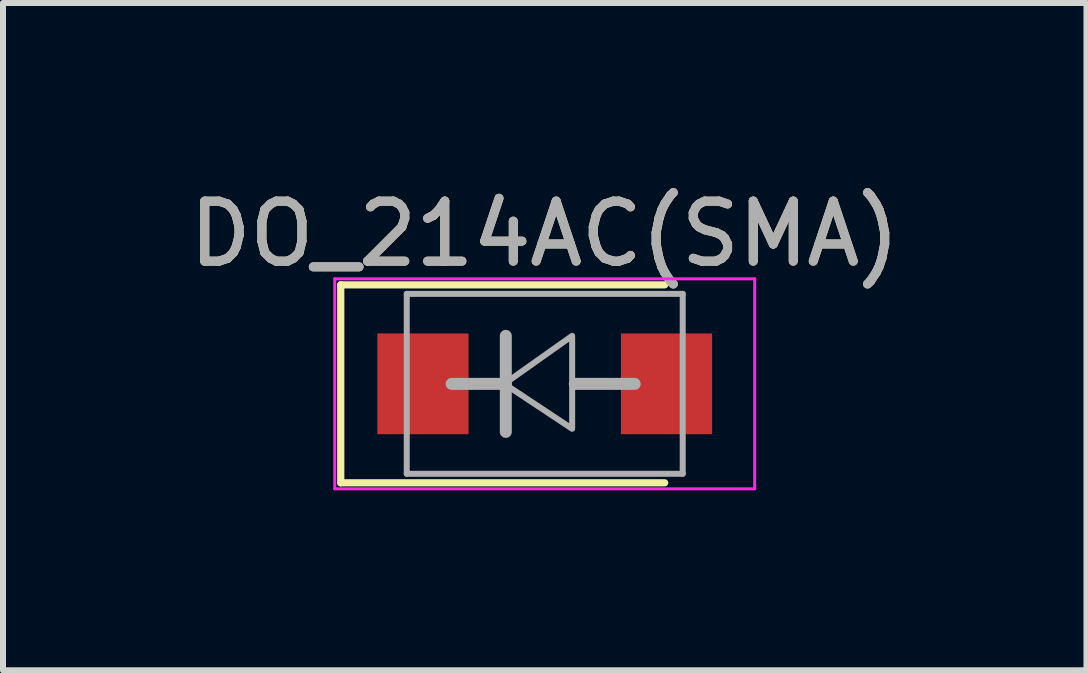
<source format=kicad_pcb>
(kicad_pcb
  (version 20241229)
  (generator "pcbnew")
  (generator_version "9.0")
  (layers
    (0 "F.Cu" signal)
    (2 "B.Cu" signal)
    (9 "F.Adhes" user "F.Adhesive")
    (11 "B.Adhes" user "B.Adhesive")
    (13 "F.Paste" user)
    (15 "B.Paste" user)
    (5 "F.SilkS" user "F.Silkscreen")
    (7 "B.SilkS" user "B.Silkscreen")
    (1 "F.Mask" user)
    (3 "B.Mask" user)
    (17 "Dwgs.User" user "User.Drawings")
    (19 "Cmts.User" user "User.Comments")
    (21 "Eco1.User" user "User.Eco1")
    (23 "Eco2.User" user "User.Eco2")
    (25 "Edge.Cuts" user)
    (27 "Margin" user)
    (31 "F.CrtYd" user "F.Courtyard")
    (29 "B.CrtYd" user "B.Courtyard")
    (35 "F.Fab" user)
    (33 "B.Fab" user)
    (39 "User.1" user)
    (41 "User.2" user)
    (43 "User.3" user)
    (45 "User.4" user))
  (footprint "DO_214AC(SMA)"
    (layer "F.Cu")
    (at 6.03 3.348)
    (property "Reference" "DO_214AC(SMA)" (at 0 -2.5 0) (layer "F.SilkS") (effects (font (size 1 1) (thickness 0.15))))
    (attr smd)
    (fp_line (start -3.4 -1.65) (end -3.4 1.65) (stroke (width 0.12) (type solid)) (layer "F.SilkS"))
    (fp_line (start -3.4 -1.65) (end 2 -1.65) (stroke (width 0.12) (type solid)) (layer "F.SilkS"))
    (fp_line (start -3.4 1.65) (end 2 1.65) (stroke (width 0.12) (type solid)) (layer "F.SilkS"))
    (fp_line (start -3.5 -1.75) (end 3.5 -1.75) (stroke (width 0.05) (type solid)) (layer "F.CrtYd"))
    (fp_line (start -3.5 1.75) (end -3.5 -1.75) (stroke (width 0.05) (type solid)) (layer "F.CrtYd"))
    (fp_line (start 3.5 -1.75) (end 3.5 1.75) (stroke (width 0.05) (type solid)) (layer "F.CrtYd"))
    (fp_line (start 3.5 1.75) (end -3.5 1.75) (stroke (width 0.05) (type solid)) (layer "F.CrtYd"))
    (fp_line (start -2.3 1.5) (end -2.3 -1.5) (stroke (width 0.1) (type solid)) (layer "F.Fab"))
    (fp_line (start -0.649 -0.799) (end -0.649 0.801) (stroke (width 0.2) (type solid)) (layer "F.Fab"))
    (fp_line (start -0.649 0.001) (end -1.551 0.001) (stroke (width 0.2) (type solid)) (layer "F.Fab"))
    (fp_line (start 0.501 0.001) (end 1.499 0.001) (stroke (width 0.2) (type solid)) (layer "F.Fab"))
    (fp_line (start 2.3 -1.5) (end -2.3 -1.5) (stroke (width 0.1) (type solid)) (layer "F.Fab"))
    (fp_line (start 2.3 -1.5) (end 2.3 1.5) (stroke (width 0.1) (type solid)) (layer "F.Fab"))
    (fp_line (start 2.3 1.5) (end -2.3 1.5) (stroke (width 0.1) (type solid)) (layer "F.Fab"))
    (fp_poly (pts (xy 0.457 0.749) (xy -0.673 0) (xy 0.457 -0.8)) (stroke (width 0.1) (type solid)) (fill no) (layer "F.Fab"))
    (fp_text user "${REFERENCE}" (at 0 -2.5 0) (layer "F.Fab") (effects (font (size 1 1) (thickness 0.15))))
    (pad "1" smd rect (at -2.03 0) (size 1.52 1.68) (layers "F.Cu" "F.Mask" "F.Paste"))
    (pad "2" smd rect (at 2.03 0) (size 1.52 1.68) (layers "F.Cu" "F.Mask" "F.Paste")))
  (gr_rect
    (start -3 -3)
    (end 15.06 8.123)
    (stroke (width 0.1) (type default))
    (fill no)
    (layer "Edge.Cuts")))
</source>
